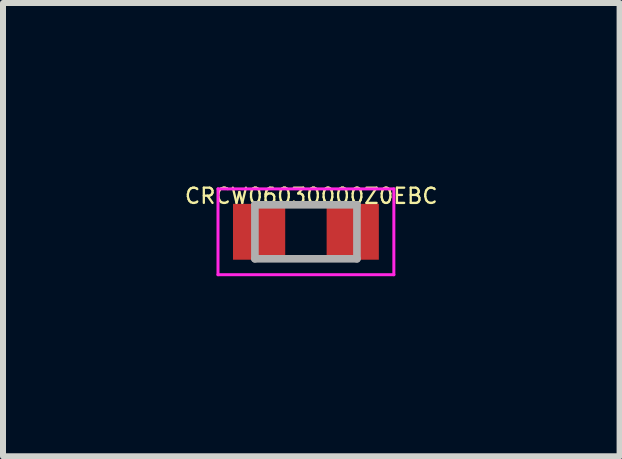
<source format=kicad_pcb>
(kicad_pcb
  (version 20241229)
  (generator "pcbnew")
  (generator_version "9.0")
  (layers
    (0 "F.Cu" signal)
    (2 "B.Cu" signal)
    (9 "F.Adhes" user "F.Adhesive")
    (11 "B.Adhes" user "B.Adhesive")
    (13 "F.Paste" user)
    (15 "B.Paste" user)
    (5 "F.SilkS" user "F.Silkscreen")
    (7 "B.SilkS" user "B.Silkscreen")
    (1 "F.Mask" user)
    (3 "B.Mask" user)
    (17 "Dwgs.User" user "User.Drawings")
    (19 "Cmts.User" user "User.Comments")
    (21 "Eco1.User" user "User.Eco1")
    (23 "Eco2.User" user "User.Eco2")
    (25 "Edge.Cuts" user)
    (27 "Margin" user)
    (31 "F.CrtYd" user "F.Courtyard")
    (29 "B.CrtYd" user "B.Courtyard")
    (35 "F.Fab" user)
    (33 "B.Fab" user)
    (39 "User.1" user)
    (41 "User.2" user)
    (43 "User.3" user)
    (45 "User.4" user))
  (footprint "CRCW06030000Z0EBC"
    (layer "F.Cu")
    (at 2.047 0.812)
    (property "Reference" "CRCW06030000Z0EBC" (at 0.089 -0.597 0) (layer "F.SilkS") (effects (font (size 0.254 0.254) (thickness 0.038))))
    (attr smd)
    (fp_line (start -1.465 -0.715) (end 1.465 -0.715) (stroke (width 0.05) (type solid)) (layer "F.CrtYd"))
    (fp_line (start -1.465 0.715) (end -1.465 -0.715) (stroke (width 0.05) (type solid)) (layer "F.CrtYd"))
    (fp_line (start -1.465 0.715) (end 1.465 0.715) (stroke (width 0.05) (type solid)) (layer "F.CrtYd"))
    (fp_line (start 1.465 0.715) (end 1.465 -0.715) (stroke (width 0.05) (type solid)) (layer "F.CrtYd"))
    (fp_line (start -0.85 0.45) (end -0.85 -0.45) (stroke (width 0.127) (type solid)) (layer "F.Fab"))
    (fp_line (start 0.85 -0.45) (end -0.85 -0.45) (stroke (width 0.127) (type solid)) (layer "F.Fab"))
    (fp_line (start 0.85 0.45) (end -0.85 0.45) (stroke (width 0.127) (type solid)) (layer "F.Fab"))
    (fp_line (start 0.85 0.45) (end 0.85 -0.45) (stroke (width 0.127) (type solid)) (layer "F.Fab"))
    (pad "1" smd rect (at -0.78 0) (size 0.87 0.93) (layers "F.Cu" "F.Mask" "F.Paste"))
    (pad "2" smd rect (at 0.78 0) (size 0.87 0.93) (layers "F.Cu" "F.Mask" "F.Paste")))
  (gr_rect
    (start -3 -3)
    (end 7.273 4.552)
    (stroke (width 0.1) (type default))
    (fill no)
    (layer "Edge.Cuts")))
</source>
